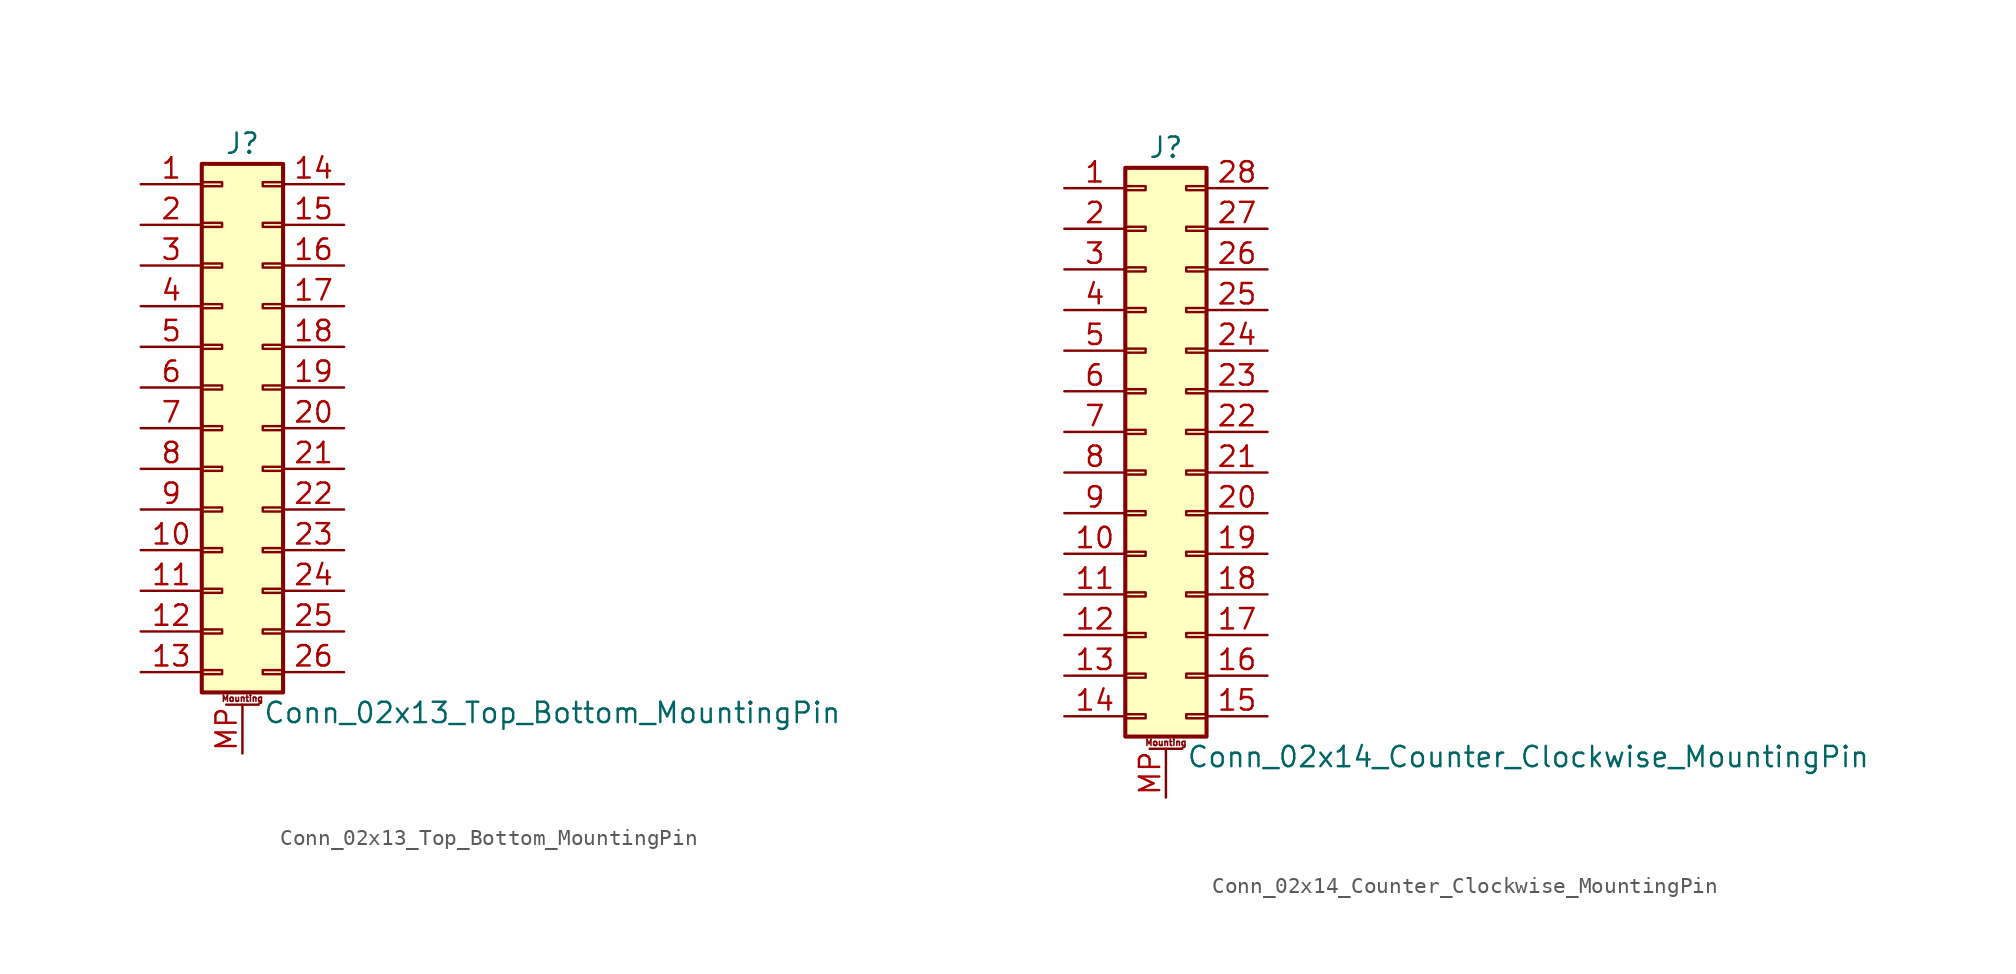
<source format=kicad_sym>
(kicad_symbol_lib
  (version 20201005)
  (generator kicad_symbol_editor)
  (symbol "Conn_02x13_Top_Bottom_MountingPin"
    (pin_names
      (offset 1.016) hide)
    (property "Reference" "J"
      (at 1.27 17.78 0)
      (effects (font (size 1.27 1.27))))
    (property "Value" "Conn_02x13_Top_Bottom_MountingPin"
      (at 2.54 -17.78 0)
      (effects (font (size 1.27 1.27)) (justify left)))
    (symbol "Conn_02x13_Top_Bottom_MountingPin_1_1"
      (text "Mounting" (at 1.27 -16.891 0) (effects (font (size 0.381 0.381))))
      (rectangle (start -1.27 -15.113) (end 0 -15.367) (stroke (width 0.152)) (fill (type none)))
      (rectangle (start -1.27 -12.573) (end 0 -12.827) (stroke (width 0.152)) (fill (type none)))
      (rectangle (start -1.27 -10.033) (end 0 -10.287) (stroke (width 0.152)) (fill (type none)))
      (rectangle (start -1.27 -7.493) (end 0 -7.747) (stroke (width 0.152)) (fill (type none)))
      (rectangle (start -1.27 -4.953) (end 0 -5.207) (stroke (width 0.152)) (fill (type none)))
      (rectangle (start -1.27 -2.413) (end 0 -2.667) (stroke (width 0.152)) (fill (type none)))
      (rectangle (start -1.27 0.127) (end 0 -0.127) (stroke (width 0.152)) (fill (type none)))
      (rectangle (start -1.27 2.667) (end 0 2.413) (stroke (width 0.152)) (fill (type none)))
      (rectangle (start -1.27 5.207) (end 0 4.953) (stroke (width 0.152)) (fill (type none)))
      (rectangle (start -1.27 7.747) (end 0 7.493) (stroke (width 0.152)) (fill (type none)))
      (rectangle (start -1.27 10.287) (end 0 10.033) (stroke (width 0.152)) (fill (type none)))
      (rectangle (start -1.27 12.827) (end 0 12.573) (stroke (width 0.152)) (fill (type none)))
      (rectangle (start -1.27 15.367) (end 0 15.113) (stroke (width 0.152)) (fill (type none)))
      (rectangle (start -1.27 16.51) (end 3.81 -16.51) (stroke (width 0.254)) (fill (type background)))
      (rectangle (start 3.81 -15.113) (end 2.54 -15.367) (stroke (width 0.152)) (fill (type none)))
      (rectangle (start 3.81 -12.573) (end 2.54 -12.827) (stroke (width 0.152)) (fill (type none)))
      (rectangle (start 3.81 -10.033) (end 2.54 -10.287) (stroke (width 0.152)) (fill (type none)))
      (rectangle (start 3.81 -7.493) (end 2.54 -7.747) (stroke (width 0.152)) (fill (type none)))
      (rectangle (start 3.81 -4.953) (end 2.54 -5.207) (stroke (width 0.152)) (fill (type none)))
      (rectangle (start 3.81 -2.413) (end 2.54 -2.667) (stroke (width 0.152)) (fill (type none)))
      (rectangle (start 3.81 0.127) (end 2.54 -0.127) (stroke (width 0.152)) (fill (type none)))
      (rectangle (start 3.81 2.667) (end 2.54 2.413) (stroke (width 0.152)) (fill (type none)))
      (rectangle (start 3.81 5.207) (end 2.54 4.953) (stroke (width 0.152)) (fill (type none)))
      (rectangle (start 3.81 7.747) (end 2.54 7.493) (stroke (width 0.152)) (fill (type none)))
      (rectangle (start 3.81 10.287) (end 2.54 10.033) (stroke (width 0.152)) (fill (type none)))
      (rectangle (start 3.81 12.827) (end 2.54 12.573) (stroke (width 0.152)) (fill (type none)))
      (rectangle (start 3.81 15.367) (end 2.54 15.113) (stroke (width 0.152)) (fill (type none)))
      (polyline (pts (xy 0.254 -17.272) (xy 2.286 -17.272)) (stroke (width 0.152)) (fill (type none)))
      (pin passive line (at -5.08 15.24 0) (length 3.81) (name "Pin_1" (effects (font (size 1.27 1.27)))) (number "1" (effects (font (size 1.27 1.27)))))
      (pin passive line (at -5.08 -7.62 0) (length 3.81) (name "Pin_10" (effects (font (size 1.27 1.27)))) (number "10" (effects (font (size 1.27 1.27)))))
      (pin passive line (at -5.08 -10.16 0) (length 3.81) (name "Pin_11" (effects (font (size 1.27 1.27)))) (number "11" (effects (font (size 1.27 1.27)))))
      (pin passive line (at -5.08 -12.7 0) (length 3.81) (name "Pin_12" (effects (font (size 1.27 1.27)))) (number "12" (effects (font (size 1.27 1.27)))))
      (pin passive line (at -5.08 -15.24 0) (length 3.81) (name "Pin_13" (effects (font (size 1.27 1.27)))) (number "13" (effects (font (size 1.27 1.27)))))
      (pin passive line (at 7.62 15.24 180) (length 3.81) (name "Pin_14" (effects (font (size 1.27 1.27)))) (number "14" (effects (font (size 1.27 1.27)))))
      (pin passive line (at 7.62 12.7 180) (length 3.81) (name "Pin_15" (effects (font (size 1.27 1.27)))) (number "15" (effects (font (size 1.27 1.27)))))
      (pin passive line (at 7.62 10.16 180) (length 3.81) (name "Pin_16" (effects (font (size 1.27 1.27)))) (number "16" (effects (font (size 1.27 1.27)))))
      (pin passive line (at 7.62 7.62 180) (length 3.81) (name "Pin_17" (effects (font (size 1.27 1.27)))) (number "17" (effects (font (size 1.27 1.27)))))
      (pin passive line (at 7.62 5.08 180) (length 3.81) (name "Pin_18" (effects (font (size 1.27 1.27)))) (number "18" (effects (font (size 1.27 1.27)))))
      (pin passive line (at 7.62 2.54 180) (length 3.81) (name "Pin_19" (effects (font (size 1.27 1.27)))) (number "19" (effects (font (size 1.27 1.27)))))
      (pin passive line (at -5.08 12.7 0) (length 3.81) (name "Pin_2" (effects (font (size 1.27 1.27)))) (number "2" (effects (font (size 1.27 1.27)))))
      (pin passive line (at 7.62 0 180) (length 3.81) (name "Pin_20" (effects (font (size 1.27 1.27)))) (number "20" (effects (font (size 1.27 1.27)))))
      (pin passive line (at 7.62 -2.54 180) (length 3.81) (name "Pin_21" (effects (font (size 1.27 1.27)))) (number "21" (effects (font (size 1.27 1.27)))))
      (pin passive line (at 7.62 -5.08 180) (length 3.81) (name "Pin_22" (effects (font (size 1.27 1.27)))) (number "22" (effects (font (size 1.27 1.27)))))
      (pin passive line (at 7.62 -7.62 180) (length 3.81) (name "Pin_23" (effects (font (size 1.27 1.27)))) (number "23" (effects (font (size 1.27 1.27)))))
      (pin passive line (at 7.62 -10.16 180) (length 3.81) (name "Pin_24" (effects (font (size 1.27 1.27)))) (number "24" (effects (font (size 1.27 1.27)))))
      (pin passive line (at 7.62 -12.7 180) (length 3.81) (name "Pin_25" (effects (font (size 1.27 1.27)))) (number "25" (effects (font (size 1.27 1.27)))))
      (pin passive line (at 7.62 -15.24 180) (length 3.81) (name "Pin_26" (effects (font (size 1.27 1.27)))) (number "26" (effects (font (size 1.27 1.27)))))
      (pin passive line (at -5.08 10.16 0) (length 3.81) (name "Pin_3" (effects (font (size 1.27 1.27)))) (number "3" (effects (font (size 1.27 1.27)))))
      (pin passive line (at -5.08 7.62 0) (length 3.81) (name "Pin_4" (effects (font (size 1.27 1.27)))) (number "4" (effects (font (size 1.27 1.27)))))
      (pin passive line (at -5.08 5.08 0) (length 3.81) (name "Pin_5" (effects (font (size 1.27 1.27)))) (number "5" (effects (font (size 1.27 1.27)))))
      (pin passive line (at -5.08 2.54 0) (length 3.81) (name "Pin_6" (effects (font (size 1.27 1.27)))) (number "6" (effects (font (size 1.27 1.27)))))
      (pin passive line (at -5.08 0 0) (length 3.81) (name "Pin_7" (effects (font (size 1.27 1.27)))) (number "7" (effects (font (size 1.27 1.27)))))
      (pin passive line (at -5.08 -2.54 0) (length 3.81) (name "Pin_8" (effects (font (size 1.27 1.27)))) (number "8" (effects (font (size 1.27 1.27)))))
      (pin passive line (at -5.08 -5.08 0) (length 3.81) (name "Pin_9" (effects (font (size 1.27 1.27)))) (number "9" (effects (font (size 1.27 1.27)))))
      (pin passive line (at 1.27 -20.32 90) (length 3.048) (name "MountPin" (effects (font (size 1.27 1.27)))) (number "MP" (effects (font (size 1.27 1.27)))))))
  (symbol "Conn_02x14_Counter_Clockwise_MountingPin"
    (pin_names
      (offset 1.016) hide)
    (property "Reference" "J"
      (at 1.27 17.78 0)
      (effects (font (size 1.27 1.27))))
    (property "Value" "Conn_02x14_Counter_Clockwise_MountingPin"
      (at 2.54 -20.32 0)
      (effects (font (size 1.27 1.27)) (justify left)))
    (symbol "Conn_02x14_Counter_Clockwise_MountingPin_1_1"
      (text "Mounting" (at 1.27 -19.431 0) (effects (font (size 0.381 0.381))))
      (rectangle (start -1.27 -17.653) (end 0 -17.907) (stroke (width 0.152)) (fill (type none)))
      (rectangle (start -1.27 -15.113) (end 0 -15.367) (stroke (width 0.152)) (fill (type none)))
      (rectangle (start -1.27 -12.573) (end 0 -12.827) (stroke (width 0.152)) (fill (type none)))
      (rectangle (start -1.27 -10.033) (end 0 -10.287) (stroke (width 0.152)) (fill (type none)))
      (rectangle (start -1.27 -7.493) (end 0 -7.747) (stroke (width 0.152)) (fill (type none)))
      (rectangle (start -1.27 -4.953) (end 0 -5.207) (stroke (width 0.152)) (fill (type none)))
      (rectangle (start -1.27 -2.413) (end 0 -2.667) (stroke (width 0.152)) (fill (type none)))
      (rectangle (start -1.27 0.127) (end 0 -0.127) (stroke (width 0.152)) (fill (type none)))
      (rectangle (start -1.27 2.667) (end 0 2.413) (stroke (width 0.152)) (fill (type none)))
      (rectangle (start -1.27 5.207) (end 0 4.953) (stroke (width 0.152)) (fill (type none)))
      (rectangle (start -1.27 7.747) (end 0 7.493) (stroke (width 0.152)) (fill (type none)))
      (rectangle (start -1.27 10.287) (end 0 10.033) (stroke (width 0.152)) (fill (type none)))
      (rectangle (start -1.27 12.827) (end 0 12.573) (stroke (width 0.152)) (fill (type none)))
      (rectangle (start -1.27 15.367) (end 0 15.113) (stroke (width 0.152)) (fill (type none)))
      (rectangle (start -1.27 16.51) (end 3.81 -19.05) (stroke (width 0.254)) (fill (type background)))
      (rectangle (start 3.81 -17.653) (end 2.54 -17.907) (stroke (width 0.152)) (fill (type none)))
      (rectangle (start 3.81 -15.113) (end 2.54 -15.367) (stroke (width 0.152)) (fill (type none)))
      (rectangle (start 3.81 -12.573) (end 2.54 -12.827) (stroke (width 0.152)) (fill (type none)))
      (rectangle (start 3.81 -10.033) (end 2.54 -10.287) (stroke (width 0.152)) (fill (type none)))
      (rectangle (start 3.81 -7.493) (end 2.54 -7.747) (stroke (width 0.152)) (fill (type none)))
      (rectangle (start 3.81 -4.953) (end 2.54 -5.207) (stroke (width 0.152)) (fill (type none)))
      (rectangle (start 3.81 -2.413) (end 2.54 -2.667) (stroke (width 0.152)) (fill (type none)))
      (rectangle (start 3.81 0.127) (end 2.54 -0.127) (stroke (width 0.152)) (fill (type none)))
      (rectangle (start 3.81 2.667) (end 2.54 2.413) (stroke (width 0.152)) (fill (type none)))
      (rectangle (start 3.81 5.207) (end 2.54 4.953) (stroke (width 0.152)) (fill (type none)))
      (rectangle (start 3.81 7.747) (end 2.54 7.493) (stroke (width 0.152)) (fill (type none)))
      (rectangle (start 3.81 10.287) (end 2.54 10.033) (stroke (width 0.152)) (fill (type none)))
      (rectangle (start 3.81 12.827) (end 2.54 12.573) (stroke (width 0.152)) (fill (type none)))
      (rectangle (start 3.81 15.367) (end 2.54 15.113) (stroke (width 0.152)) (fill (type none)))
      (polyline (pts (xy 0.254 -19.812) (xy 2.286 -19.812)) (stroke (width 0.152)) (fill (type none)))
      (pin passive line (at -5.08 15.24 0) (length 3.81) (name "Pin_1" (effects (font (size 1.27 1.27)))) (number "1" (effects (font (size 1.27 1.27)))))
      (pin passive line (at -5.08 -7.62 0) (length 3.81) (name "Pin_10" (effects (font (size 1.27 1.27)))) (number "10" (effects (font (size 1.27 1.27)))))
      (pin passive line (at -5.08 -10.16 0) (length 3.81) (name "Pin_11" (effects (font (size 1.27 1.27)))) (number "11" (effects (font (size 1.27 1.27)))))
      (pin passive line (at -5.08 -12.7 0) (length 3.81) (name "Pin_12" (effects (font (size 1.27 1.27)))) (number "12" (effects (font (size 1.27 1.27)))))
      (pin passive line (at -5.08 -15.24 0) (length 3.81) (name "Pin_13" (effects (font (size 1.27 1.27)))) (number "13" (effects (font (size 1.27 1.27)))))
      (pin passive line (at -5.08 -17.78 0) (length 3.81) (name "Pin_14" (effects (font (size 1.27 1.27)))) (number "14" (effects (font (size 1.27 1.27)))))
      (pin passive line (at 7.62 -17.78 180) (length 3.81) (name "Pin_15" (effects (font (size 1.27 1.27)))) (number "15" (effects (font (size 1.27 1.27)))))
      (pin passive line (at 7.62 -15.24 180) (length 3.81) (name "Pin_16" (effects (font (size 1.27 1.27)))) (number "16" (effects (font (size 1.27 1.27)))))
      (pin passive line (at 7.62 -12.7 180) (length 3.81) (name "Pin_17" (effects (font (size 1.27 1.27)))) (number "17" (effects (font (size 1.27 1.27)))))
      (pin passive line (at 7.62 -10.16 180) (length 3.81) (name "Pin_18" (effects (font (size 1.27 1.27)))) (number "18" (effects (font (size 1.27 1.27)))))
      (pin passive line (at 7.62 -7.62 180) (length 3.81) (name "Pin_19" (effects (font (size 1.27 1.27)))) (number "19" (effects (font (size 1.27 1.27)))))
      (pin passive line (at -5.08 12.7 0) (length 3.81) (name "Pin_2" (effects (font (size 1.27 1.27)))) (number "2" (effects (font (size 1.27 1.27)))))
      (pin passive line (at 7.62 -5.08 180) (length 3.81) (name "Pin_20" (effects (font (size 1.27 1.27)))) (number "20" (effects (font (size 1.27 1.27)))))
      (pin passive line (at 7.62 -2.54 180) (length 3.81) (name "Pin_21" (effects (font (size 1.27 1.27)))) (number "21" (effects (font (size 1.27 1.27)))))
      (pin passive line (at 7.62 0 180) (length 3.81) (name "Pin_22" (effects (font (size 1.27 1.27)))) (number "22" (effects (font (size 1.27 1.27)))))
      (pin passive line (at 7.62 2.54 180) (length 3.81) (name "Pin_23" (effects (font (size 1.27 1.27)))) (number "23" (effects (font (size 1.27 1.27)))))
      (pin passive line (at 7.62 5.08 180) (length 3.81) (name "Pin_24" (effects (font (size 1.27 1.27)))) (number "24" (effects (font (size 1.27 1.27)))))
      (pin passive line (at 7.62 7.62 180) (length 3.81) (name "Pin_25" (effects (font (size 1.27 1.27)))) (number "25" (effects (font (size 1.27 1.27)))))
      (pin passive line (at 7.62 10.16 180) (length 3.81) (name "Pin_26" (effects (font (size 1.27 1.27)))) (number "26" (effects (font (size 1.27 1.27)))))
      (pin passive line (at 7.62 12.7 180) (length 3.81) (name "Pin_27" (effects (font (size 1.27 1.27)))) (number "27" (effects (font (size 1.27 1.27)))))
      (pin passive line (at 7.62 15.24 180) (length 3.81) (name "Pin_28" (effects (font (size 1.27 1.27)))) (number "28" (effects (font (size 1.27 1.27)))))
      (pin passive line (at -5.08 10.16 0) (length 3.81) (name "Pin_3" (effects (font (size 1.27 1.27)))) (number "3" (effects (font (size 1.27 1.27)))))
      (pin passive line (at -5.08 7.62 0) (length 3.81) (name "Pin_4" (effects (font (size 1.27 1.27)))) (number "4" (effects (font (size 1.27 1.27)))))
      (pin passive line (at -5.08 5.08 0) (length 3.81) (name "Pin_5" (effects (font (size 1.27 1.27)))) (number "5" (effects (font (size 1.27 1.27)))))
      (pin passive line (at -5.08 2.54 0) (length 3.81) (name "Pin_6" (effects (font (size 1.27 1.27)))) (number "6" (effects (font (size 1.27 1.27)))))
      (pin passive line (at -5.08 0 0) (length 3.81) (name "Pin_7" (effects (font (size 1.27 1.27)))) (number "7" (effects (font (size 1.27 1.27)))))
      (pin passive line (at -5.08 -2.54 0) (length 3.81) (name "Pin_8" (effects (font (size 1.27 1.27)))) (number "8" (effects (font (size 1.27 1.27)))))
      (pin passive line (at -5.08 -5.08 0) (length 3.81) (name "Pin_9" (effects (font (size 1.27 1.27)))) (number "9" (effects (font (size 1.27 1.27)))))
      (pin passive line (at 1.27 -22.86 90) (length 3.048) (name "MountPin" (effects (font (size 1.27 1.27)))) (number "MP" (effects (font (size 1.27 1.27))))))))
</source>
